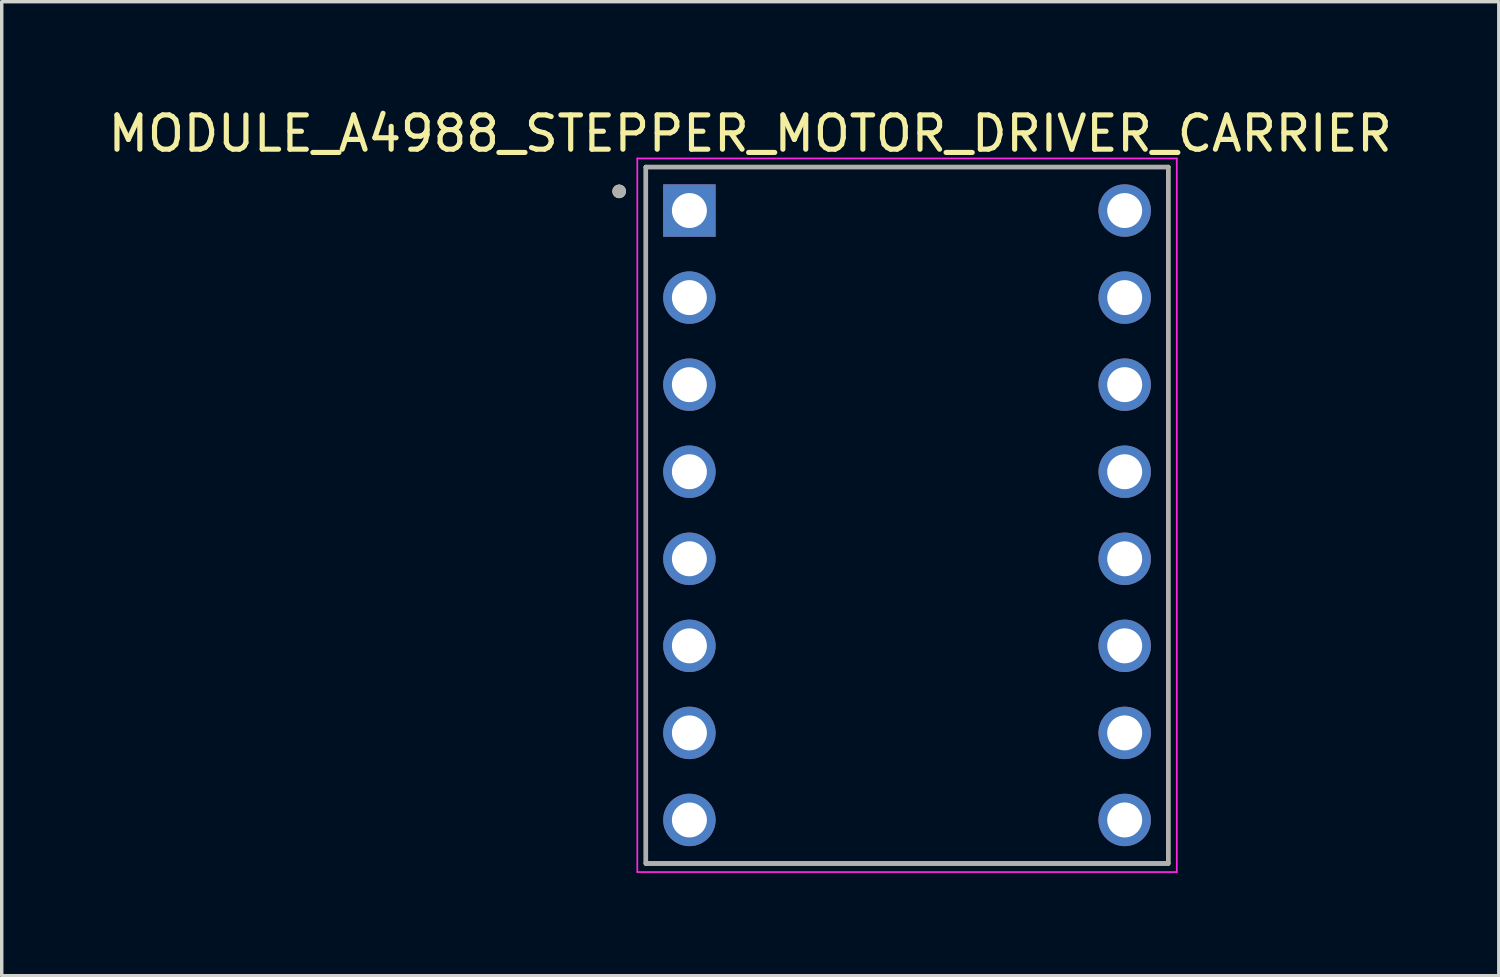
<source format=kicad_pcb>
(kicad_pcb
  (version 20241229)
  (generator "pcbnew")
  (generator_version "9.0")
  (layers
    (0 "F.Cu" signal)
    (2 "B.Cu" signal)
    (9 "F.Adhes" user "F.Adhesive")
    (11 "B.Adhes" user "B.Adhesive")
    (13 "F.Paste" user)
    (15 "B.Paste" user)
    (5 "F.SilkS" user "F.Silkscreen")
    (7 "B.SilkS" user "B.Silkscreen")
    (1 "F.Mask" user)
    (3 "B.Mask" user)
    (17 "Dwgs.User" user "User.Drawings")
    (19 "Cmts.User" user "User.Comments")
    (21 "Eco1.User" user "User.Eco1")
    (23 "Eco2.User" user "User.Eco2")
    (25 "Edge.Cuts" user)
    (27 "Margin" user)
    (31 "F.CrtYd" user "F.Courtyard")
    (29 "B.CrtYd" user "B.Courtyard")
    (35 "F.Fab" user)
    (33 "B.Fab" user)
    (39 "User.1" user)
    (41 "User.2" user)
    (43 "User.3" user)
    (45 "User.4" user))
  (footprint "MODULE_A4988_STEPPER_MOTOR_DRIVER_CARRIER"
    (layer "F.Cu")
    (at 23.414 11.983)
    (property "Reference" "MODULE_A4988_STEPPER_MOTOR_DRIVER_CARRIER" (at -4.575 -11.135 0) (layer "F.SilkS") (effects (font (size 1 1) (thickness 0.15))))
    (attr through_hole)
    (fp_line (start -7.62 -10.16) (end 7.62 -10.16) (stroke (width 0.127) (type solid)) (layer "F.SilkS"))
    (fp_line (start -7.62 10.16) (end -7.62 -10.16) (stroke (width 0.127) (type solid)) (layer "F.SilkS"))
    (fp_line (start 7.62 -10.16) (end 7.62 10.16) (stroke (width 0.127) (type solid)) (layer "F.SilkS"))
    (fp_line (start 7.62 10.16) (end -7.62 10.16) (stroke (width 0.127) (type solid)) (layer "F.SilkS"))
    (fp_circle (center -8.4 -9.45) (end -8.3 -9.45) (stroke (width 0.2) (type solid)) (fill no) (layer "F.SilkS"))
    (fp_line (start -7.87 -10.41) (end -7.87 10.41) (stroke (width 0.05) (type solid)) (layer "F.CrtYd"))
    (fp_line (start -7.87 10.41) (end 7.87 10.41) (stroke (width 0.05) (type solid)) (layer "F.CrtYd"))
    (fp_line (start 7.87 -10.41) (end -7.87 -10.41) (stroke (width 0.05) (type solid)) (layer "F.CrtYd"))
    (fp_line (start 7.87 10.41) (end 7.87 -10.41) (stroke (width 0.05) (type solid)) (layer "F.CrtYd"))
    (fp_line (start -7.62 -10.16) (end 7.62 -10.16) (stroke (width 0.127) (type solid)) (layer "F.Fab"))
    (fp_line (start -7.62 10.16) (end -7.62 -10.16) (stroke (width 0.127) (type solid)) (layer "F.Fab"))
    (fp_line (start 7.62 -10.16) (end 7.62 10.16) (stroke (width 0.127) (type solid)) (layer "F.Fab"))
    (fp_line (start 7.62 10.16) (end -7.62 10.16) (stroke (width 0.127) (type solid)) (layer "F.Fab"))
    (fp_circle (center -8.4 -9.45) (end -8.3 -9.45) (stroke (width 0.2) (type solid)) (fill no) (layer "F.Fab"))
    (pad "1" thru_hole rect (at -6.35 -8.89) (size 1.53 1.53) (drill 1.02) (layers "*.Cu" "*.Mask"))
    (pad "2" thru_hole circle (at -6.35 -6.35) (size 1.53 1.53) (drill 1.02) (layers "*.Cu" "*.Mask"))
    (pad "3" thru_hole circle (at -6.35 -3.81) (size 1.53 1.53) (drill 1.02) (layers "*.Cu" "*.Mask"))
    (pad "4" thru_hole circle (at -6.35 -1.27) (size 1.53 1.53) (drill 1.02) (layers "*.Cu" "*.Mask"))
    (pad "5" thru_hole circle (at -6.35 1.27) (size 1.53 1.53) (drill 1.02) (layers "*.Cu" "*.Mask"))
    (pad "6" thru_hole circle (at -6.35 3.81) (size 1.53 1.53) (drill 1.02) (layers "*.Cu" "*.Mask"))
    (pad "7" thru_hole circle (at -6.35 6.35) (size 1.53 1.53) (drill 1.02) (layers "*.Cu" "*.Mask"))
    (pad "8" thru_hole circle (at -6.35 8.89) (size 1.53 1.53) (drill 1.02) (layers "*.Cu" "*.Mask"))
    (pad "9" thru_hole circle (at 6.35 8.89) (size 1.53 1.53) (drill 1.02) (layers "*.Cu" "*.Mask"))
    (pad "10" thru_hole circle (at 6.35 6.35) (size 1.53 1.53) (drill 1.02) (layers "*.Cu" "*.Mask"))
    (pad "11" thru_hole circle (at 6.35 3.81) (size 1.53 1.53) (drill 1.02) (layers "*.Cu" "*.Mask"))
    (pad "12" thru_hole circle (at 6.35 1.27) (size 1.53 1.53) (drill 1.02) (layers "*.Cu" "*.Mask"))
    (pad "13" thru_hole circle (at 6.35 -1.27) (size 1.53 1.53) (drill 1.02) (layers "*.Cu" "*.Mask"))
    (pad "14" thru_hole circle (at 6.35 -3.81) (size 1.53 1.53) (drill 1.02) (layers "*.Cu" "*.Mask"))
    (pad "15" thru_hole circle (at 6.35 -6.35) (size 1.53 1.53) (drill 1.02) (layers "*.Cu" "*.Mask"))
    (pad "16" thru_hole circle (at 6.35 -8.89) (size 1.53 1.53) (drill 1.02) (layers "*.Cu" "*.Mask")))
  (gr_rect
    (start -3 -3)
    (end 40.679 25.418)
    (stroke (width 0.1) (type default))
    (fill no)
    (layer "Edge.Cuts")))
</source>
